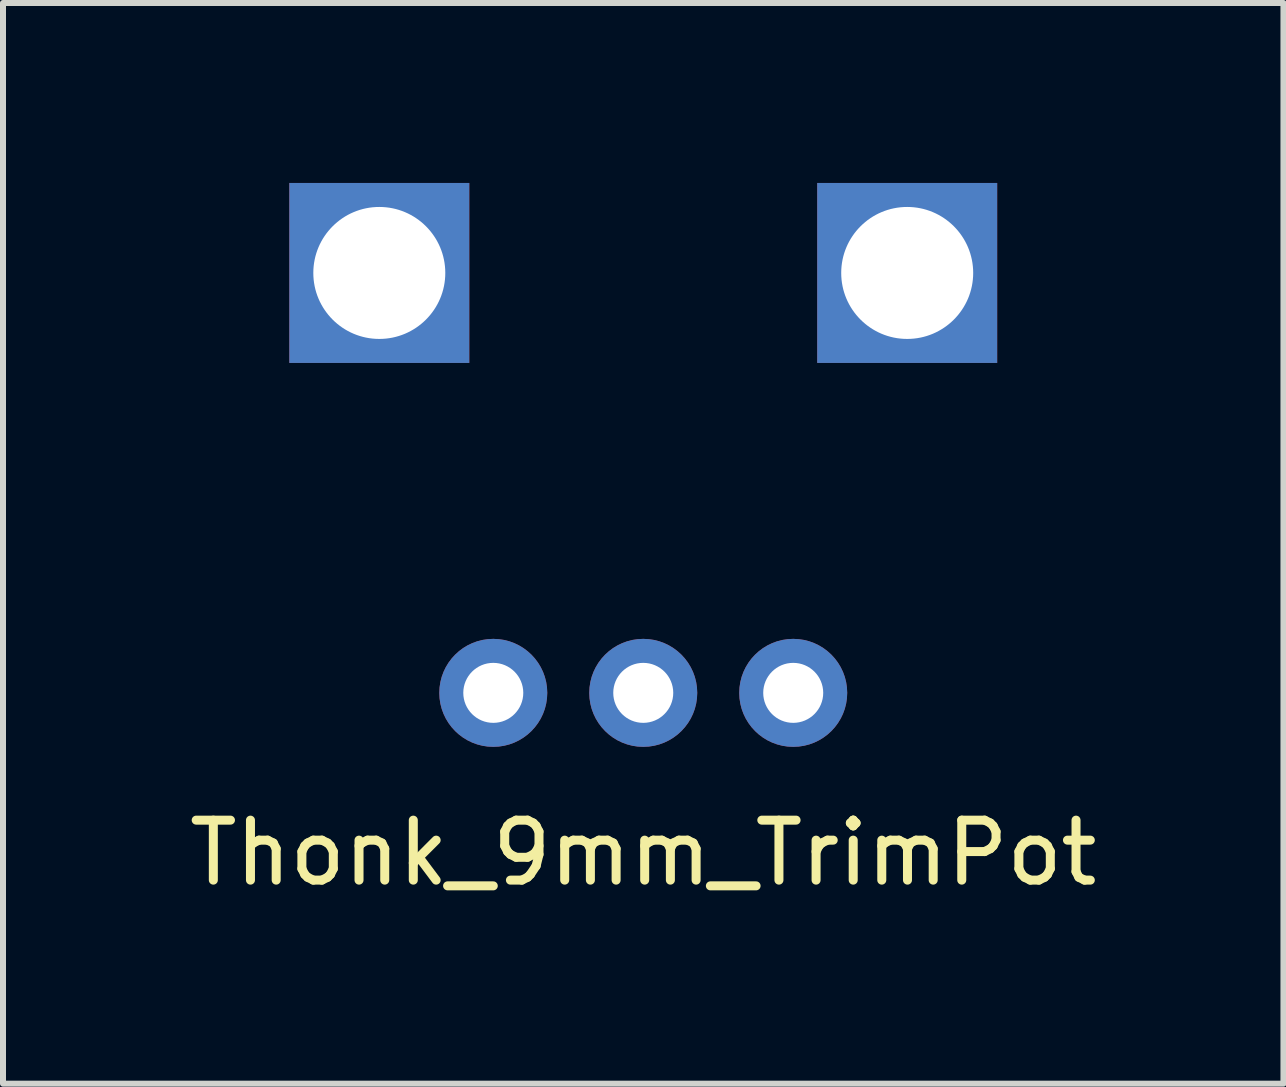
<source format=kicad_pcb>
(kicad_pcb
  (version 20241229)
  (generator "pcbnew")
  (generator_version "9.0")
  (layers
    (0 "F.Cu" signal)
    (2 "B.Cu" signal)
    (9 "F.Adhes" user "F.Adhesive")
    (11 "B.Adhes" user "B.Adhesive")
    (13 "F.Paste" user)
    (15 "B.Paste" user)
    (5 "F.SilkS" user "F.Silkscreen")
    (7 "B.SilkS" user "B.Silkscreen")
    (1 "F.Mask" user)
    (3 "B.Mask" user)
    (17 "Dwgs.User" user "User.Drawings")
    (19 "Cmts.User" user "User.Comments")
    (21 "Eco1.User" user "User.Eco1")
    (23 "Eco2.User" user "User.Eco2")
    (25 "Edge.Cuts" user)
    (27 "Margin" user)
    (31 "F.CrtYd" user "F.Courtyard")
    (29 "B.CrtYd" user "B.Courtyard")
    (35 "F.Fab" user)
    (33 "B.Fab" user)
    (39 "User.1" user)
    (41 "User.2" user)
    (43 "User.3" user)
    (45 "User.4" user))
  (footprint "Thonk_9mm_TrimPot"
    (layer "F.Cu")
    (at 7.673 8.5)
    (property "Reference" "Thonk_9mm_TrimPot" (at 0 2.667 0) (layer "F.SilkS") (effects (font (size 1 1) (thickness 0.15))))
    (attr through_hole)
    (pad "" thru_hole rect (at -4.4 -7) (size 3 3) (drill 2.2) (layers "*.Cu" "*.Mask"))
    (pad "" thru_hole rect (at 4.4 -7) (size 3 3) (drill 2.2) (layers "*.Cu" "*.Mask"))
    (pad "1" thru_hole circle (at -2.5 0) (size 1.8 1.8) (drill 1) (layers "*.Cu" "*.Mask"))
    (pad "2" thru_hole circle (at 0 0) (size 1.8 1.8) (drill 1) (layers "*.Cu" "*.Mask"))
    (pad "3" thru_hole circle (at 2.5 0) (size 1.8 1.8) (drill 1) (layers "*.Cu" "*.Mask")))
  (gr_rect
    (start -3 -3)
    (end 18.345 15.015)
    (stroke (width 0.1) (type default))
    (fill no)
    (layer "Edge.Cuts")))
</source>
